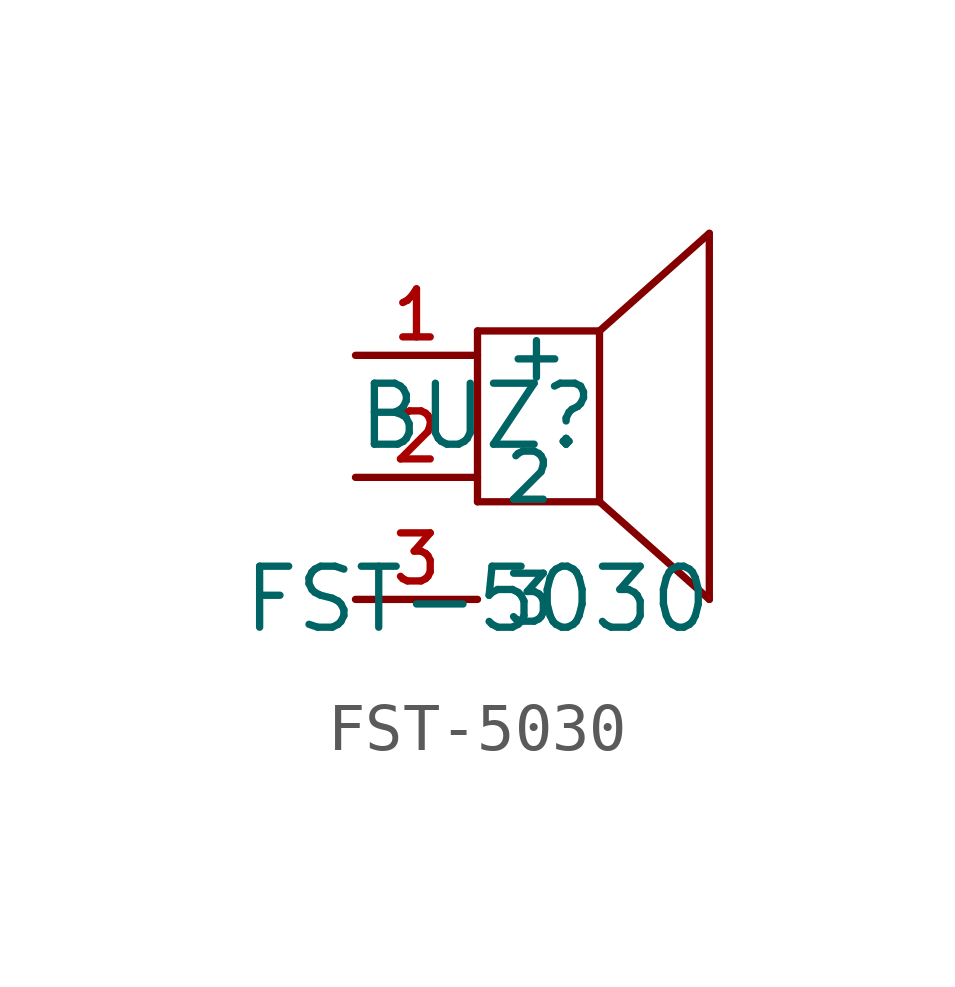
<source format=kicad_sym>
(kicad_symbol_lib
  (version 20210201)
  (generator TousstNicolas/JLC2KiCad_lib)
  (symbol "FST-5030"
    (property "Reference" "BUZ"
      (at 0 1.27 0)
      (effects (font (size 1.27 1.27))))
    (property "Value" "FST-5030"
      (at 0 -2.54 0)
      (effects (font (size 1.27 1.27))))
    (symbol "FST-5030_0_1"
      (pin unspecified line (at -2.54 2.54 0) (length 2.54) (name "+" (effects (font (size 1 1)))) (number "1" (effects (font (size 1 1)))))
      (pin unspecified line (at -2.54 -0.0 0) (length 2.54) (name "2" (effects (font (size 1 1)))) (number "2" (effects (font (size 1 1)))))
      (polyline (pts (xy 4.826 5.08) (xy 2.54 3.048)) (stroke (width 0) (type default) (color 0 0 0 0)) (fill (type none)))
      (polyline (pts (xy 2.54 -0.508) (xy 4.826 -2.54)) (stroke (width 0) (type default) (color 0 0 0 0)) (fill (type none)))
      (polyline (pts (xy 4.826 5.08) (xy 4.826 -2.54)) (stroke (width 0) (type default) (color 0 0 0 0)) (fill (type none)))
      (polyline (pts (xy 2.54 3.048) (xy 2.54 -0.508)) (stroke (width 0) (type default) (color 0 0 0 0)) (fill (type none)))
      (polyline (pts (xy 0.0 3.048) (xy 0.0 -0.508)) (stroke (width 0) (type default) (color 0 0 0 0)) (fill (type none)))
      (polyline (pts (xy 0.0 -0.508) (xy 2.54 -0.508)) (stroke (width 0) (type default) (color 0 0 0 0)) (fill (type none)))
      (polyline (pts (xy 0.0 3.048) (xy 2.54 3.048)) (stroke (width 0) (type default) (color 0 0 0 0)) (fill (type none)))
      (pin unspecified line (at -2.54 -2.54 0) (length 2.54) (name "3" (effects (font (size 1 1)))) (number "3" (effects (font (size 1 1))))))))
</source>
